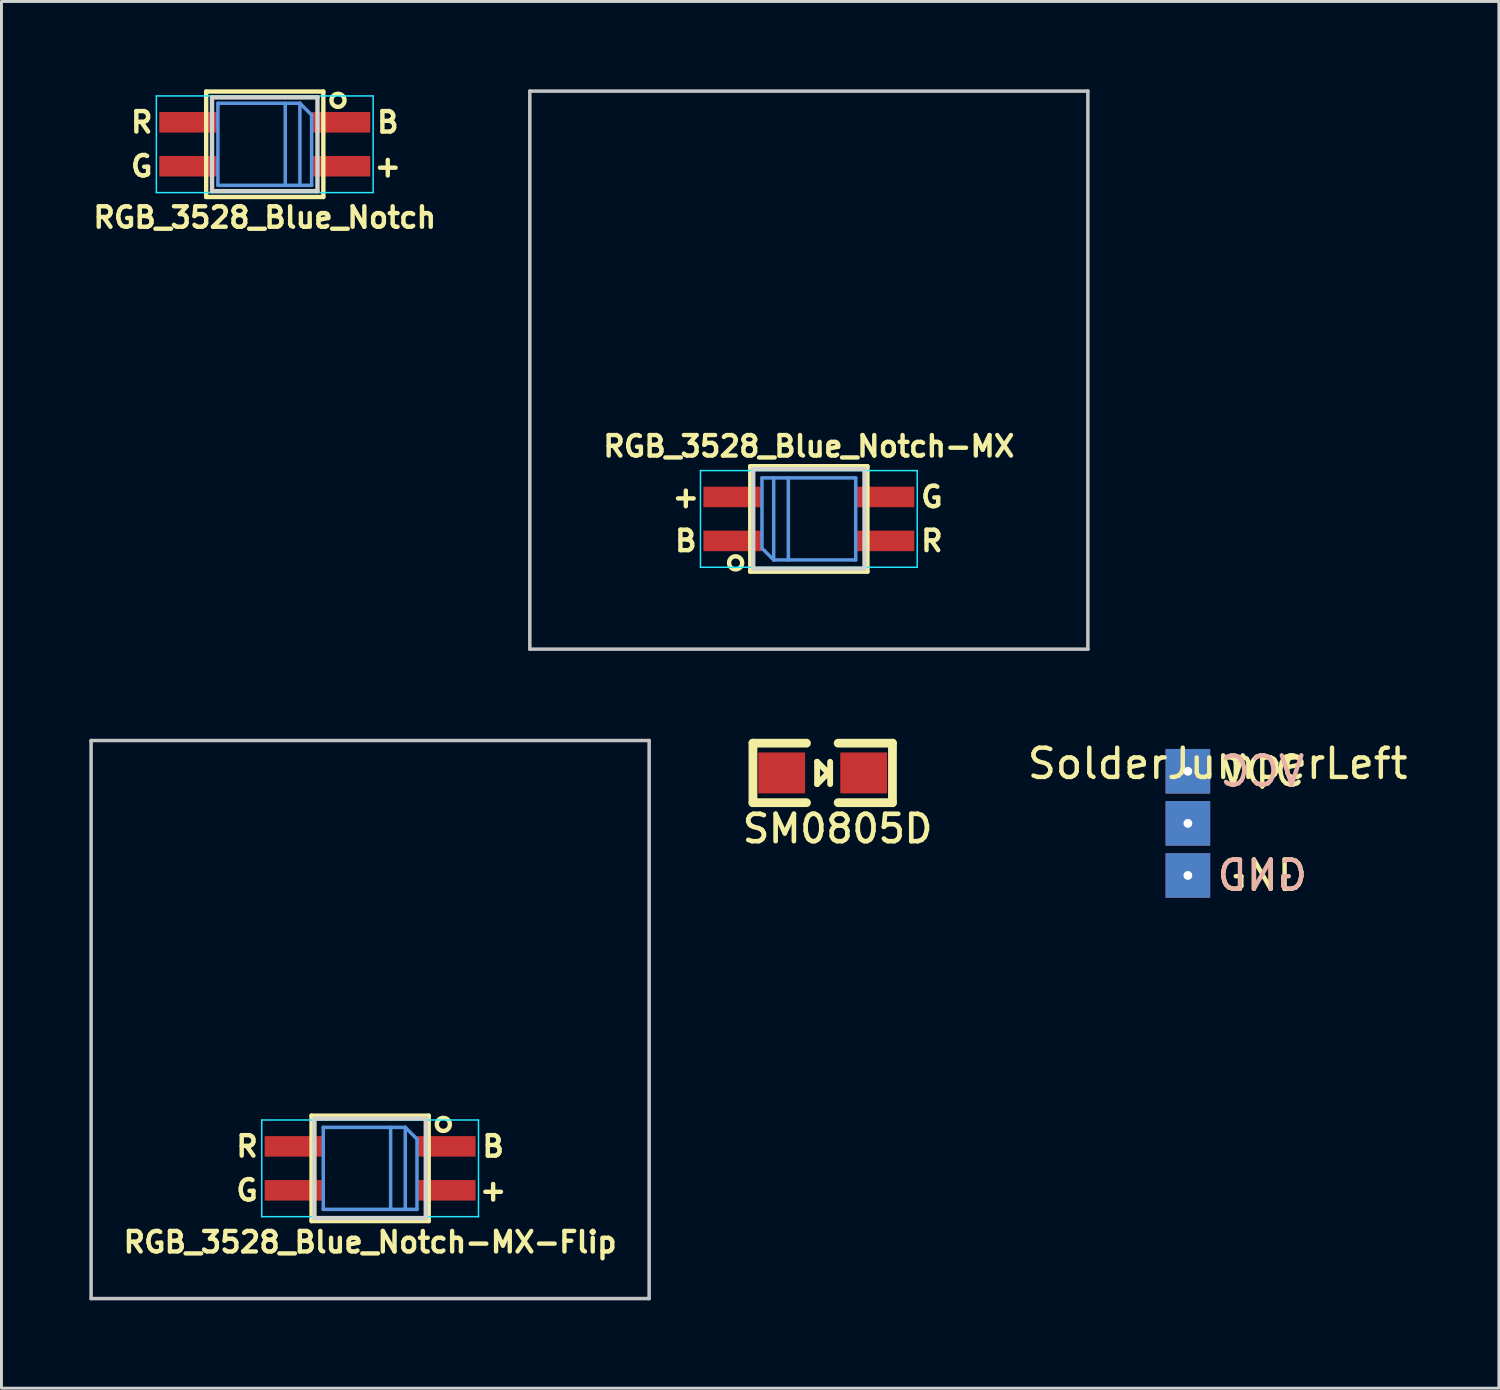
<source format=kicad_pcb>
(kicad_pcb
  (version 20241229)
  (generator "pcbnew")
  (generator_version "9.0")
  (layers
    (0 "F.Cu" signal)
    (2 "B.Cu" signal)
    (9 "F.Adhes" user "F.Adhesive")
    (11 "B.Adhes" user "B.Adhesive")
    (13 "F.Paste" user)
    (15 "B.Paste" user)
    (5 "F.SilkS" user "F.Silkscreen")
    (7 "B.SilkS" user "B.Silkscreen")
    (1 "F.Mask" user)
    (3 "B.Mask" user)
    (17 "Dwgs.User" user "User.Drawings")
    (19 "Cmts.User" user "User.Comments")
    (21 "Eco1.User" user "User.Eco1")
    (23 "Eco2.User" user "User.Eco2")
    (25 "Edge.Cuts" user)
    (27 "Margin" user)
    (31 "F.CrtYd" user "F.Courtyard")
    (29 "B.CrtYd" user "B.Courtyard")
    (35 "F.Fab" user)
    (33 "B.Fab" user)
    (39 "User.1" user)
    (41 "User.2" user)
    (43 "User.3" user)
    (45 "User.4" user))
  (footprint "RGB_3528_Blue_Notch-MX"
    (layer "F.Cu")
    (at 24.562 9.585)
    (property "Reference" "RGB_3528_Blue_Notch-MX" (at 0 2.6 180) (layer "F.SilkS") (effects (font (size 0.7 0.7) (thickness 0.15))))
    (attr smd)
    (fp_line (start -2 3.28) (end 2 3.28) (stroke (width 0.15) (type solid)) (layer "F.SilkS"))
    (fp_line (start -2 6.88) (end -2 3.28) (stroke (width 0.15) (type solid)) (layer "F.SilkS"))
    (fp_line (start 2 3.28) (end 2 6.88) (stroke (width 0.15) (type solid)) (layer "F.SilkS"))
    (fp_line (start 2 6.88) (end -2 6.88) (stroke (width 0.15) (type solid)) (layer "F.SilkS"))
    (fp_circle (center -2.5 6.58) (end -2.6 6.38) (stroke (width 0.15) (type solid)) (fill no) (layer "F.SilkS"))
    (fp_line (start -9.525 -9.525) (end -9.525 9.525) (stroke (width 0.12) (type solid)) (layer "Dwgs.User"))
    (fp_line (start 9.525 -9.525) (end -9.525 -9.525) (stroke (width 0.12) (type solid)) (layer "Dwgs.User"))
    (fp_line (start 9.525 -9.525) (end 9.525 9.525) (stroke (width 0.12) (type solid)) (layer "Dwgs.User"))
    (fp_line (start 9.525 9.525) (end -9.525 9.525) (stroke (width 0.12) (type solid)) (layer "Dwgs.User"))
    (fp_line (start -1.6 3.68) (end -1.6 6.08) (stroke (width 0.12) (type solid)) (layer "Cmts.User"))
    (fp_line (start -1.6 6.08) (end -1.2 6.48) (stroke (width 0.12) (type solid)) (layer "Cmts.User"))
    (fp_line (start -1.2 6.48) (end -1.2 3.68) (stroke (width 0.12) (type solid)) (layer "Cmts.User"))
    (fp_line (start -1.2 6.48) (end 1.6 6.48) (stroke (width 0.12) (type solid)) (layer "Cmts.User"))
    (fp_line (start -0.7 3.68) (end -0.7 6.48) (stroke (width 0.12) (type solid)) (layer "Cmts.User"))
    (fp_line (start 1.6 3.68) (end -1.6 3.68) (stroke (width 0.12) (type solid)) (layer "Cmts.User"))
    (fp_line (start 1.6 6.48) (end 1.6 3.68) (stroke (width 0.12) (type solid)) (layer "Cmts.User"))
    (fp_line (start -1.9 3.38) (end -1.9 6.78) (stroke (width 0.15) (type solid)) (layer "Edge.Cuts"))
    (fp_line (start 1.9 3.38) (end -1.9 3.38) (stroke (width 0.15) (type solid)) (layer "Edge.Cuts"))
    (fp_line (start 1.9 3.38) (end 1.9 6.78) (stroke (width 0.15) (type solid)) (layer "Edge.Cuts"))
    (fp_line (start 1.9 6.78) (end -1.9 6.78) (stroke (width 0.15) (type solid)) (layer "Edge.Cuts"))
    (fp_line (start -3.7 3.43) (end 3.7 3.43) (stroke (width 0.05) (type solid)) (layer "B.CrtYd"))
    (fp_line (start -3.7 6.73) (end -3.7 3.43) (stroke (width 0.05) (type solid)) (layer "B.CrtYd"))
    (fp_line (start 3.7 3.43) (end 3.7 6.73) (stroke (width 0.05) (type solid)) (layer "B.CrtYd"))
    (fp_line (start 3.7 6.73) (end -3.7 6.73) (stroke (width 0.05) (type solid)) (layer "B.CrtYd"))
    (fp_text user "R" (at 4.2 5.83 180) (layer "F.SilkS") (effects (font (size 0.7 0.7) (thickness 0.15))))
    (fp_text user "G" (at 4.2 4.33 180) (layer "F.SilkS") (effects (font (size 0.7 0.7) (thickness 0.15))))
    (fp_text user "B" (at -4.2 5.83 180) (layer "F.SilkS") (effects (font (size 0.7 0.7) (thickness 0.15))))
    (fp_text user "+" (at -4.2 4.33 180) (layer "F.SilkS") (effects (font (size 0.7 0.7) (thickness 0.15))))
    (pad "1" smd rect (at -2.6 5.83 180) (size 2 0.7) (layers "F.Cu" "F.Mask" "F.Paste"))
    (pad "2" smd rect (at 2.6 5.83 180) (size 2 0.7) (layers "F.Cu" "F.Mask" "F.Paste"))
    (pad "3" smd rect (at -2.6 4.33 180) (size 2 0.7) (layers "F.Cu" "F.Mask" "F.Paste"))
    (pad "4" smd rect (at 2.6 4.33 180) (size 2 0.7) (layers "F.Cu" "F.Mask" "F.Paste")))
  (footprint "RGB_3528_Blue_Notch"
    (layer "F.Cu")
    (at 5.988 1.875)
    (property "Reference" "RGB_3528_Blue_Notch" (at 0 2.5 0) (layer "F.SilkS") (effects (font (size 0.7 0.7) (thickness 0.15))))
    (attr smd)
    (fp_line (start -2 -1.8) (end 2 -1.8) (stroke (width 0.15) (type solid)) (layer "F.SilkS"))
    (fp_line (start -2 1.8) (end -2 -1.8) (stroke (width 0.15) (type solid)) (layer "F.SilkS"))
    (fp_line (start 2 -1.8) (end 2 1.8) (stroke (width 0.15) (type solid)) (layer "F.SilkS"))
    (fp_line (start 2 1.8) (end -2 1.8) (stroke (width 0.15) (type solid)) (layer "F.SilkS"))
    (fp_circle (center 2.5 -1.5) (end 2.6 -1.3) (stroke (width 0.15) (type solid)) (fill no) (layer "F.SilkS"))
    (fp_line (start -1.6 -1.4) (end -1.6 1.4) (stroke (width 0.12) (type solid)) (layer "Cmts.User"))
    (fp_line (start -1.6 1.4) (end 1.6 1.4) (stroke (width 0.12) (type solid)) (layer "Cmts.User"))
    (fp_line (start 0.7 1.4) (end 0.7 -1.4) (stroke (width 0.12) (type solid)) (layer "Cmts.User"))
    (fp_line (start 1.2 -1.4) (end -1.6 -1.4) (stroke (width 0.12) (type solid)) (layer "Cmts.User"))
    (fp_line (start 1.2 -1.4) (end 1.2 1.4) (stroke (width 0.12) (type solid)) (layer "Cmts.User"))
    (fp_line (start 1.6 -1) (end 1.2 -1.4) (stroke (width 0.12) (type solid)) (layer "Cmts.User"))
    (fp_line (start 1.6 1.4) (end 1.6 -1) (stroke (width 0.12) (type solid)) (layer "Cmts.User"))
    (fp_line (start -1.8 -1.6) (end 1.8 -1.6) (stroke (width 0.15) (type solid)) (layer "Edge.Cuts"))
    (fp_line (start -1.8 1.6) (end -1.8 -1.6) (stroke (width 0.15) (type solid)) (layer "Edge.Cuts"))
    (fp_line (start -1.8 1.6) (end 1.8 1.6) (stroke (width 0.15) (type solid)) (layer "Edge.Cuts"))
    (fp_line (start 1.8 1.6) (end 1.8 -1.6) (stroke (width 0.15) (type solid)) (layer "Edge.Cuts"))
    (fp_line (start -3.7 -1.65) (end 3.7 -1.65) (stroke (width 0.05) (type solid)) (layer "B.CrtYd"))
    (fp_line (start -3.7 1.65) (end -3.7 -1.65) (stroke (width 0.05) (type solid)) (layer "B.CrtYd"))
    (fp_line (start 3.7 -1.65) (end 3.7 1.65) (stroke (width 0.05) (type solid)) (layer "B.CrtYd"))
    (fp_line (start 3.7 1.65) (end -3.7 1.65) (stroke (width 0.05) (type solid)) (layer "B.CrtYd"))
    (fp_text user "+" (at 4.2 0.75 0) (layer "F.SilkS") (effects (font (size 0.7 0.7) (thickness 0.15))))
    (fp_text user "R" (at -4.2 -0.75 0) (layer "F.SilkS") (effects (font (size 0.7 0.7) (thickness 0.15))))
    (fp_text user "B" (at 4.2 -0.75 0) (layer "F.SilkS") (effects (font (size 0.7 0.7) (thickness 0.15))))
    (fp_text user "G" (at -4.2 0.75 0) (layer "F.SilkS") (effects (font (size 0.7 0.7) (thickness 0.15))))
    (pad "1" smd rect (at 2.6 -0.75) (size 2 0.7) (layers "F.Cu" "F.Mask" "F.Paste"))
    (pad "2" smd rect (at -2.6 -0.75) (size 2 0.7) (layers "F.Cu" "F.Mask" "F.Paste"))
    (pad "3" smd rect (at 2.6 0.75) (size 2 0.7) (layers "F.Cu" "F.Mask" "F.Paste"))
    (pad "4" smd rect (at -2.6 0.75) (size 2 0.7) (layers "F.Cu" "F.Mask" "F.Paste")))
  (footprint "SolderJumperLeft"
    (layer "F.Cu")
    (at 37.501 25.058)
    (property "Reference" "SolderJumperLeft" (at 1.016 -2.04 0) (layer "F.SilkS") (effects (font (size 1 1) (thickness 0.15))))
    (attr through_hole)
    (fp_text user "VCC" (at 2.54 -1.778 0) (layer "F.SilkS") (effects (font (size 1 1) (thickness 0.15))))
    (fp_text user "GND" (at 2.54 1.778 0) (layer "F.SilkS") (effects (font (size 1 1) (thickness 0.15))))
    (fp_text user "GND" (at 2.54 1.778 0) (layer "B.SilkS") (effects (font (size 1 1) (thickness 0.15)) (justify mirror)))
    (fp_text user "VCC" (at 2.54 -1.778 0) (layer "B.SilkS") (effects (font (size 1 1) (thickness 0.15)) (justify mirror)))
    (pad "1" thru_hole rect (at 0 -1.778) (size 1.524 1.524) (drill 0.3) (layers "*.Cu" "*.Mask"))
    (pad "2" thru_hole rect (at 0 0) (size 1.524 1.524) (drill 0.3) (layers "*.Cu" "*.Mask"))
    (pad "3" thru_hole rect (at 0 1.778) (size 1.524 1.524) (drill 0.3) (layers "*.Cu" "*.Mask")))
  (footprint "SM0805D"
    (layer "F.Cu")
    (at 25.035 23.336)
    (property "Reference" "SM0805D" (at 0.508 1.905 0) (layer "F.SilkS") (effects (font (size 0.935 0.935) (thickness 0.159))))
    (attr smd)
    (fp_line (start -2.381 -1.016) (end -2.381 1.016) (stroke (width 0.3) (type solid)) (layer "F.SilkS"))
    (fp_line (start -2.381 1.016) (end -0.554 1.016) (stroke (width 0.3) (type solid)) (layer "F.SilkS"))
    (fp_line (start -0.554 -1.016) (end -2.381 -1.016) (stroke (width 0.3) (type solid)) (layer "F.SilkS"))
    (fp_line (start -0.191 -0.381) (end -0.191 0.381) (stroke (width 0.2) (type solid)) (layer "F.SilkS"))
    (fp_line (start -0.191 0.381) (end 0.191 0) (stroke (width 0.2) (type solid)) (layer "F.SilkS"))
    (fp_line (start 0.191 0) (end -0.191 -0.381) (stroke (width 0.2) (type solid)) (layer "F.SilkS"))
    (fp_line (start 0.254 -0.381) (end 0.254 0.381) (stroke (width 0.2) (type solid)) (layer "F.SilkS"))
    (fp_line (start 0.527 -1.016) (end 2.381 -1.016) (stroke (width 0.3) (type solid)) (layer "F.SilkS"))
    (fp_line (start 2.381 -1.016) (end 2.381 1.016) (stroke (width 0.3) (type solid)) (layer "F.SilkS"))
    (fp_line (start 2.381 1.016) (end 0.527 1.016) (stroke (width 0.3) (type solid)) (layer "F.SilkS"))
    (pad "1" smd rect (at -1.4 0) (size 1.6 1.397) (layers "F.Cu" "F.Mask" "F.Paste"))
    (pad "2" smd rect (at 1.4 0) (size 1.6 1.397) (layers "F.Cu" "F.Mask" "F.Paste")))
  (footprint "RGB_3528_Blue_Notch-MX-Flip"
    (layer "F.Cu")
    (at 9.585 31.755)
    (property "Reference" "RGB_3528_Blue_Notch-MX-Flip" (at 0 7.6 0) (layer "F.SilkS") (effects (font (size 0.7 0.7) (thickness 0.15))))
    (attr smd)
    (fp_line (start -2 3.28) (end 2 3.28) (stroke (width 0.15) (type solid)) (layer "F.SilkS"))
    (fp_line (start -2 6.88) (end -2 3.28) (stroke (width 0.15) (type solid)) (layer "F.SilkS"))
    (fp_line (start 2 3.28) (end 2 6.88) (stroke (width 0.15) (type solid)) (layer "F.SilkS"))
    (fp_line (start 2 6.88) (end -2 6.88) (stroke (width 0.15) (type solid)) (layer "F.SilkS"))
    (fp_circle (center 2.5 3.58) (end 2.6 3.78) (stroke (width 0.15) (type solid)) (fill no) (layer "F.SilkS"))
    (fp_line (start -9.525 -9.525) (end -9.525 9.525) (stroke (width 0.12) (type solid)) (layer "Dwgs.User"))
    (fp_line (start 9.525 -9.525) (end -9.525 -9.525) (stroke (width 0.12) (type solid)) (layer "Dwgs.User"))
    (fp_line (start 9.525 -9.525) (end 9.525 9.525) (stroke (width 0.12) (type solid)) (layer "Dwgs.User"))
    (fp_line (start 9.525 9.525) (end -9.525 9.525) (stroke (width 0.12) (type solid)) (layer "Dwgs.User"))
    (fp_line (start -1.6 3.68) (end -1.6 6.48) (stroke (width 0.12) (type solid)) (layer "Cmts.User"))
    (fp_line (start -1.6 6.48) (end 1.6 6.48) (stroke (width 0.12) (type solid)) (layer "Cmts.User"))
    (fp_line (start 0.7 6.48) (end 0.7 3.68) (stroke (width 0.12) (type solid)) (layer "Cmts.User"))
    (fp_line (start 1.2 3.68) (end -1.6 3.68) (stroke (width 0.12) (type solid)) (layer "Cmts.User"))
    (fp_line (start 1.2 3.68) (end 1.2 6.48) (stroke (width 0.12) (type solid)) (layer "Cmts.User"))
    (fp_line (start 1.6 4.08) (end 1.2 3.68) (stroke (width 0.12) (type solid)) (layer "Cmts.User"))
    (fp_line (start 1.6 6.48) (end 1.6 4.08) (stroke (width 0.12) (type solid)) (layer "Cmts.User"))
    (fp_line (start -1.9 3.38) (end 1.9 3.38) (stroke (width 0.15) (type solid)) (layer "Edge.Cuts"))
    (fp_line (start -1.9 6.78) (end -1.9 3.38) (stroke (width 0.15) (type solid)) (layer "Edge.Cuts"))
    (fp_line (start -1.9 6.78) (end 1.9 6.78) (stroke (width 0.15) (type solid)) (layer "Edge.Cuts"))
    (fp_line (start 1.9 6.78) (end 1.9 3.38) (stroke (width 0.15) (type solid)) (layer "Edge.Cuts"))
    (fp_line (start -3.7 3.43) (end 3.7 3.43) (stroke (width 0.05) (type solid)) (layer "B.CrtYd"))
    (fp_line (start -3.7 6.73) (end -3.7 3.43) (stroke (width 0.05) (type solid)) (layer "B.CrtYd"))
    (fp_line (start 3.7 3.43) (end 3.7 6.73) (stroke (width 0.05) (type solid)) (layer "B.CrtYd"))
    (fp_line (start 3.7 6.73) (end -3.7 6.73) (stroke (width 0.05) (type solid)) (layer "B.CrtYd"))
    (fp_text user "G" (at -4.2 5.83 0) (layer "F.SilkS") (effects (font (size 0.7 0.7) (thickness 0.15))))
    (fp_text user "+" (at 4.2 5.83 0) (layer "F.SilkS") (effects (font (size 0.7 0.7) (thickness 0.15))))
    (fp_text user "R" (at -4.2 4.33 0) (layer "F.SilkS") (effects (font (size 0.7 0.7) (thickness 0.15))))
    (fp_text user "B" (at 4.2 4.33 0) (layer "F.SilkS") (effects (font (size 0.7 0.7) (thickness 0.15))))
    (pad "1" smd rect (at 2.6 4.33) (size 2 0.7) (layers "F.Cu" "F.Mask" "F.Paste"))
    (pad "2" smd rect (at -2.6 4.33) (size 2 0.7) (layers "F.Cu" "F.Mask" "F.Paste"))
    (pad "3" smd rect (at 2.6 5.83) (size 2 0.7) (layers "F.Cu" "F.Mask" "F.Paste"))
    (pad "4" smd rect (at -2.6 5.83) (size 2 0.7) (layers "F.Cu" "F.Mask" "F.Paste")))
  (gr_rect
    (start -3 -3)
    (end 48.118 44.34)
    (stroke (width 0.1) (type default))
    (fill no)
    (layer "Edge.Cuts")))
</source>
